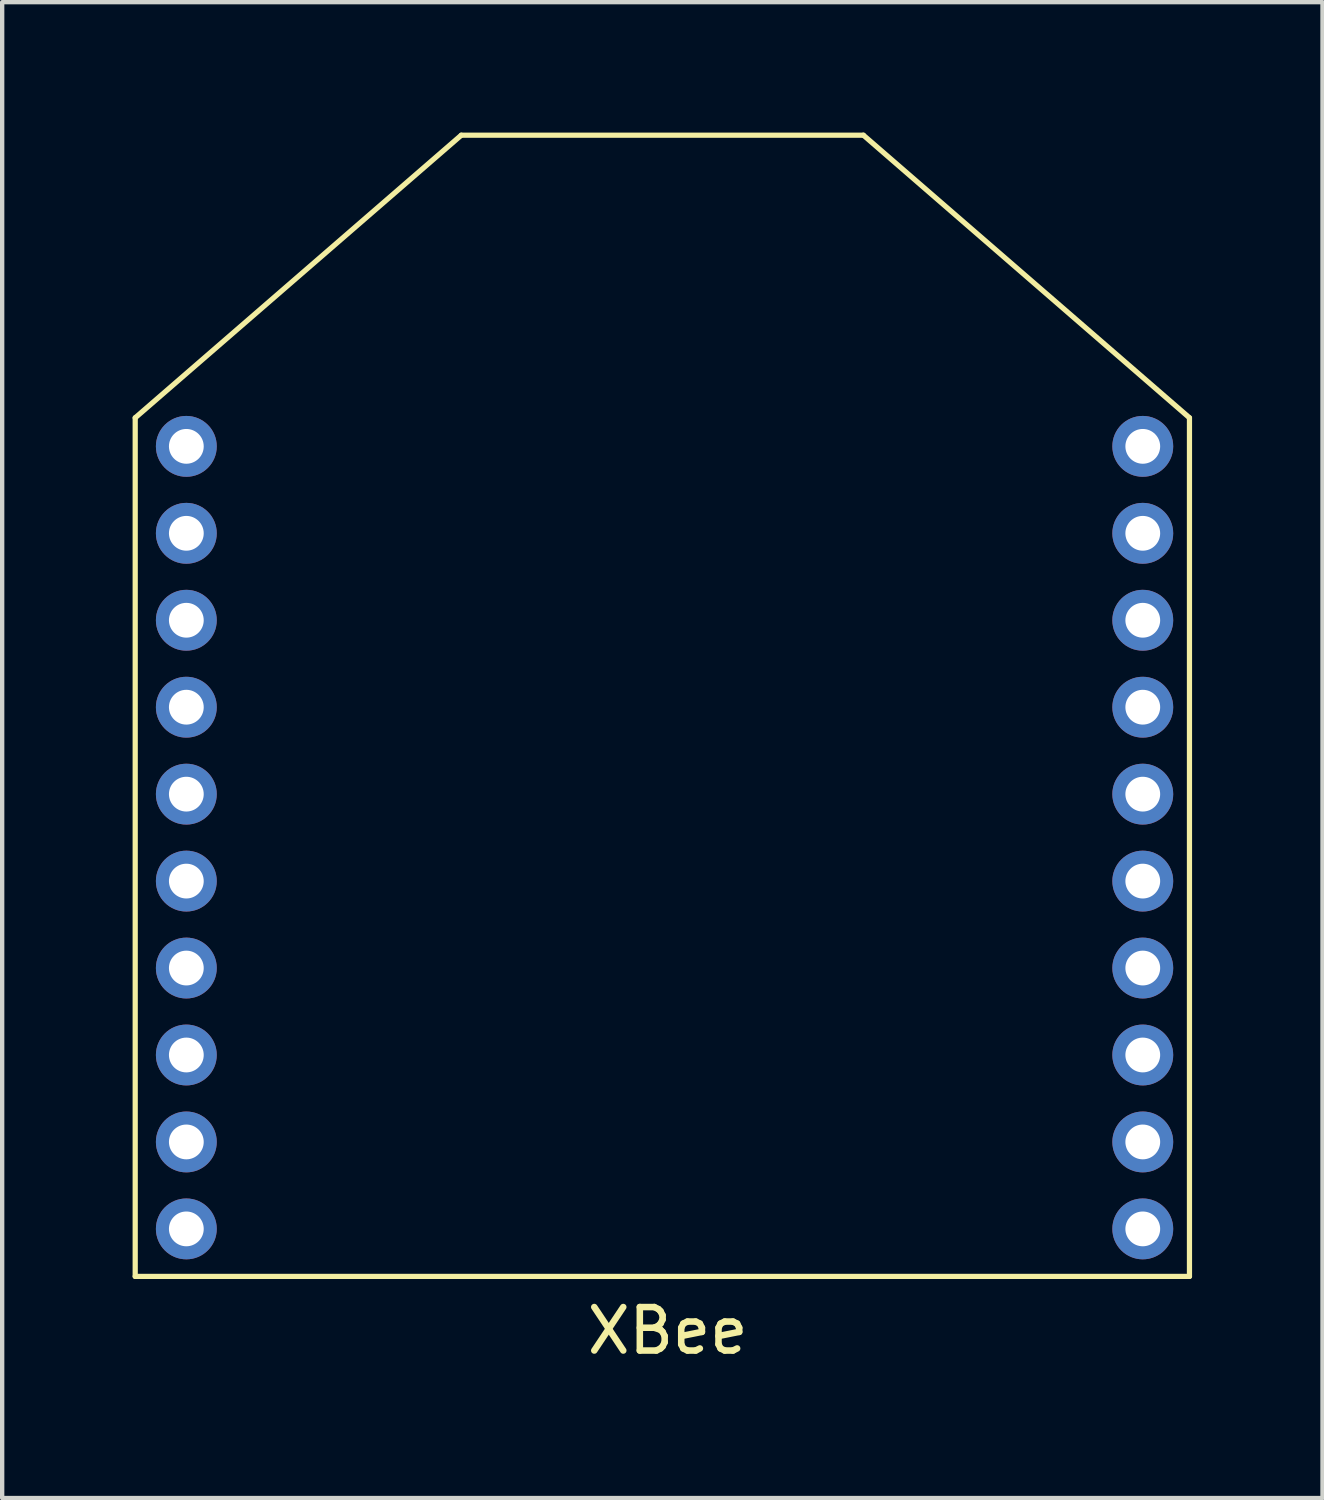
<source format=kicad_pcb>
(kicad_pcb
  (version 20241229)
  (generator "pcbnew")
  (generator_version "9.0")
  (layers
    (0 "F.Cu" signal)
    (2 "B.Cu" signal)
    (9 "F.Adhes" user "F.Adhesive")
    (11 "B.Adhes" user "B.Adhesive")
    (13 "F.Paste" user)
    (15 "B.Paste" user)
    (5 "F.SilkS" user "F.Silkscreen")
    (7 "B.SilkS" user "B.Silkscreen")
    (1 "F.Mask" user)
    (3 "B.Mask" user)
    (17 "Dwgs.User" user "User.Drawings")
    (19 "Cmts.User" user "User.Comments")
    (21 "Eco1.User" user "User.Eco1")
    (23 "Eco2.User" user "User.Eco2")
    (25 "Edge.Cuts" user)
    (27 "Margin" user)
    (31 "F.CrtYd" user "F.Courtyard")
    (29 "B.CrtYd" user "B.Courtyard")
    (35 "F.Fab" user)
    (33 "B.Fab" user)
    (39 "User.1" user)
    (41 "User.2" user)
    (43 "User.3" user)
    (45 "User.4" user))
  (footprint "XBee"
    (layer "F.Cu")
    (at 12.31 16.31)
    (property "Reference" "XBee" (at 0 11.25 0) (layer "F.SilkS") (effects (font (size 1 1) (thickness 0.15))))
    (attr through_hole)
    (fp_line (start -12.25 -9.75) (end -12.25 10) (stroke (width 0.12) (type solid)) (layer "F.SilkS"))
    (fp_line (start -12.25 -9.75) (end -4.75 -16.25) (stroke (width 0.12) (type solid)) (layer "F.SilkS"))
    (fp_line (start -12.25 10) (end 12 10) (stroke (width 0.12) (type solid)) (layer "F.SilkS"))
    (fp_line (start -4.75 -16.25) (end 4.5 -16.25) (stroke (width 0.12) (type solid)) (layer "F.SilkS"))
    (fp_line (start 4.5 -16.25) (end 12 -9.75) (stroke (width 0.12) (type solid)) (layer "F.SilkS"))
    (fp_line (start 12 10) (end 12 -9.75) (stroke (width 0.12) (type solid)) (layer "F.SilkS"))
    (pad "1" thru_hole circle (at -11.074 -9.093) (size 1.4 1.4) (drill 0.8) (layers "*.Cu" "*.Mask"))
    (pad "2" thru_hole circle (at -11.074 -7.093) (size 1.4 1.4) (drill 0.8) (layers "*.Cu" "*.Mask"))
    (pad "3" thru_hole circle (at -11.074 -5.093) (size 1.4 1.4) (drill 0.8) (layers "*.Cu" "*.Mask"))
    (pad "4" thru_hole circle (at -11.074 -3.093) (size 1.4 1.4) (drill 0.8) (layers "*.Cu" "*.Mask"))
    (pad "5" thru_hole circle (at -11.074 -1.093) (size 1.4 1.4) (drill 0.8) (layers "*.Cu" "*.Mask"))
    (pad "6" thru_hole circle (at -11.074 0.907) (size 1.4 1.4) (drill 0.8) (layers "*.Cu" "*.Mask"))
    (pad "7" thru_hole circle (at -11.074 2.907) (size 1.4 1.4) (drill 0.8) (layers "*.Cu" "*.Mask"))
    (pad "8" thru_hole circle (at -11.074 4.907) (size 1.4 1.4) (drill 0.8) (layers "*.Cu" "*.Mask"))
    (pad "9" thru_hole circle (at -11.074 6.907) (size 1.4 1.4) (drill 0.8) (layers "*.Cu" "*.Mask"))
    (pad "10" thru_hole circle (at -11.074 8.907) (size 1.4 1.4) (drill 0.8) (layers "*.Cu" "*.Mask"))
    (pad "11" thru_hole circle (at 10.926 8.907) (size 1.4 1.4) (drill 0.8) (layers "*.Cu" "*.Mask"))
    (pad "12" thru_hole circle (at 10.926 6.907) (size 1.4 1.4) (drill 0.8) (layers "*.Cu" "*.Mask"))
    (pad "13" thru_hole circle (at 10.926 4.907) (size 1.4 1.4) (drill 0.8) (layers "*.Cu" "*.Mask"))
    (pad "14" thru_hole circle (at 10.926 2.907) (size 1.4 1.4) (drill 0.8) (layers "*.Cu" "*.Mask"))
    (pad "15" thru_hole circle (at 10.926 0.907) (size 1.4 1.4) (drill 0.8) (layers "*.Cu" "*.Mask"))
    (pad "16" thru_hole circle (at 10.926 -1.093) (size 1.4 1.4) (drill 0.8) (layers "*.Cu" "*.Mask"))
    (pad "17" thru_hole circle (at 10.926 -3.093) (size 1.4 1.4) (drill 0.8) (layers "*.Cu" "*.Mask"))
    (pad "18" thru_hole circle (at 10.926 -5.093) (size 1.4 1.4) (drill 0.8) (layers "*.Cu" "*.Mask"))
    (pad "19" thru_hole circle (at 10.926 -7.093) (size 1.4 1.4) (drill 0.8) (layers "*.Cu" "*.Mask"))
    (pad "20" thru_hole circle (at 10.926 -9.093) (size 1.4 1.4) (drill 0.8) (layers "*.Cu" "*.Mask")))
  (gr_rect
    (start -3 -3)
    (end 27.37 31.408)
    (stroke (width 0.1) (type default))
    (fill no)
    (layer "Edge.Cuts")))
</source>
